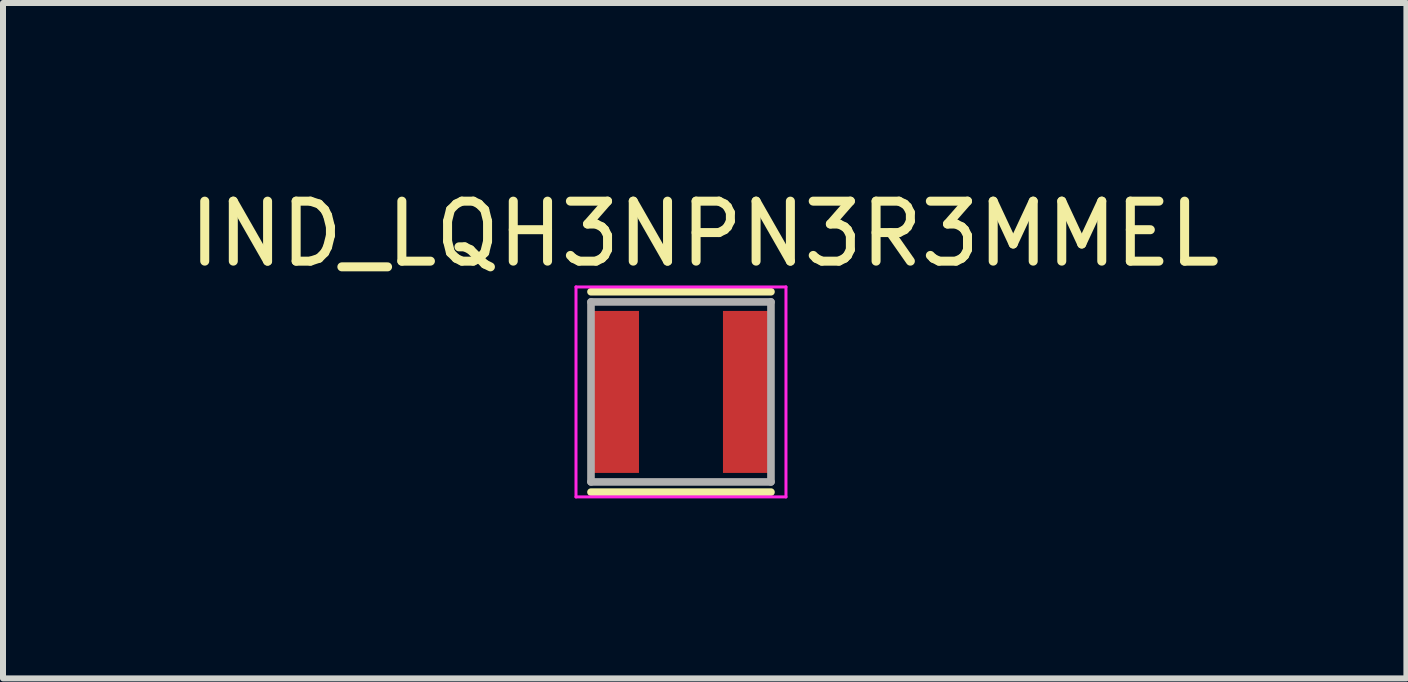
<source format=kicad_pcb>
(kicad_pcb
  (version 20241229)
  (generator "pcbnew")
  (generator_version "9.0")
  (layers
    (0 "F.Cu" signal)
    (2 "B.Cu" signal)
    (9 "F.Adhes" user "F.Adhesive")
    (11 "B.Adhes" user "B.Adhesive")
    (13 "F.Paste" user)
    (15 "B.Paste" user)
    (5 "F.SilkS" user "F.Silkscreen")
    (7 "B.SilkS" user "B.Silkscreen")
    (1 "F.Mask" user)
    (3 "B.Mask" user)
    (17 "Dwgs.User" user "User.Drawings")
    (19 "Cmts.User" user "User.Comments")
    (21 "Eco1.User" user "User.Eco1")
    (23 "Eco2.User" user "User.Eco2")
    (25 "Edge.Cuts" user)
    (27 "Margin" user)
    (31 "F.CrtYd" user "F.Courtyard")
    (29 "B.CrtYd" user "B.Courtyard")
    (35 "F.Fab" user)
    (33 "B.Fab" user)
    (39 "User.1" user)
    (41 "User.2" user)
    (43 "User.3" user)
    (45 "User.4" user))
  (footprint "IND_LQH3NPN3R3MMEL"
    (layer "F.Cu")
    (at 8.301 3.483)
    (property "Reference" "IND_LQH3NPN3R3MMEL" (at 0.395 -2.635 0) (layer "F.SilkS") (effects (font (size 1 1) (thickness 0.15))))
    (attr smd)
    (fp_line (start -1.5 -1.67) (end 1.5 -1.67) (stroke (width 0.127) (type solid)) (layer "F.SilkS"))
    (fp_line (start -1.5 1.67) (end 1.5 1.67) (stroke (width 0.127) (type solid)) (layer "F.SilkS"))
    (fp_line (start -1.75 -1.75) (end 1.75 -1.75) (stroke (width 0.05) (type solid)) (layer "F.CrtYd"))
    (fp_line (start -1.75 1.75) (end -1.75 -1.75) (stroke (width 0.05) (type solid)) (layer "F.CrtYd"))
    (fp_line (start 1.75 -1.75) (end 1.75 1.75) (stroke (width 0.05) (type solid)) (layer "F.CrtYd"))
    (fp_line (start 1.75 1.75) (end -1.75 1.75) (stroke (width 0.05) (type solid)) (layer "F.CrtYd"))
    (fp_line (start -1.5 -1.5) (end 1.5 -1.5) (stroke (width 0.127) (type solid)) (layer "F.Fab"))
    (fp_line (start -1.5 1.5) (end -1.5 -1.5) (stroke (width 0.127) (type solid)) (layer "F.Fab"))
    (fp_line (start 1.5 -1.5) (end 1.5 1.5) (stroke (width 0.127) (type solid)) (layer "F.Fab"))
    (fp_line (start 1.5 1.5) (end -1.5 1.5) (stroke (width 0.127) (type solid)) (layer "F.Fab"))
    (pad "1" smd rect (at -1.1 0) (size 0.8 2.7) (layers "F.Cu" "F.Mask" "F.Paste"))
    (pad "2" smd rect (at 1.1 0) (size 0.8 2.7) (layers "F.Cu" "F.Mask" "F.Paste")))
  (gr_rect
    (start -3 -3)
    (end 20.393 8.258)
    (stroke (width 0.1) (type default))
    (fill no)
    (layer "Edge.Cuts")))
</source>
